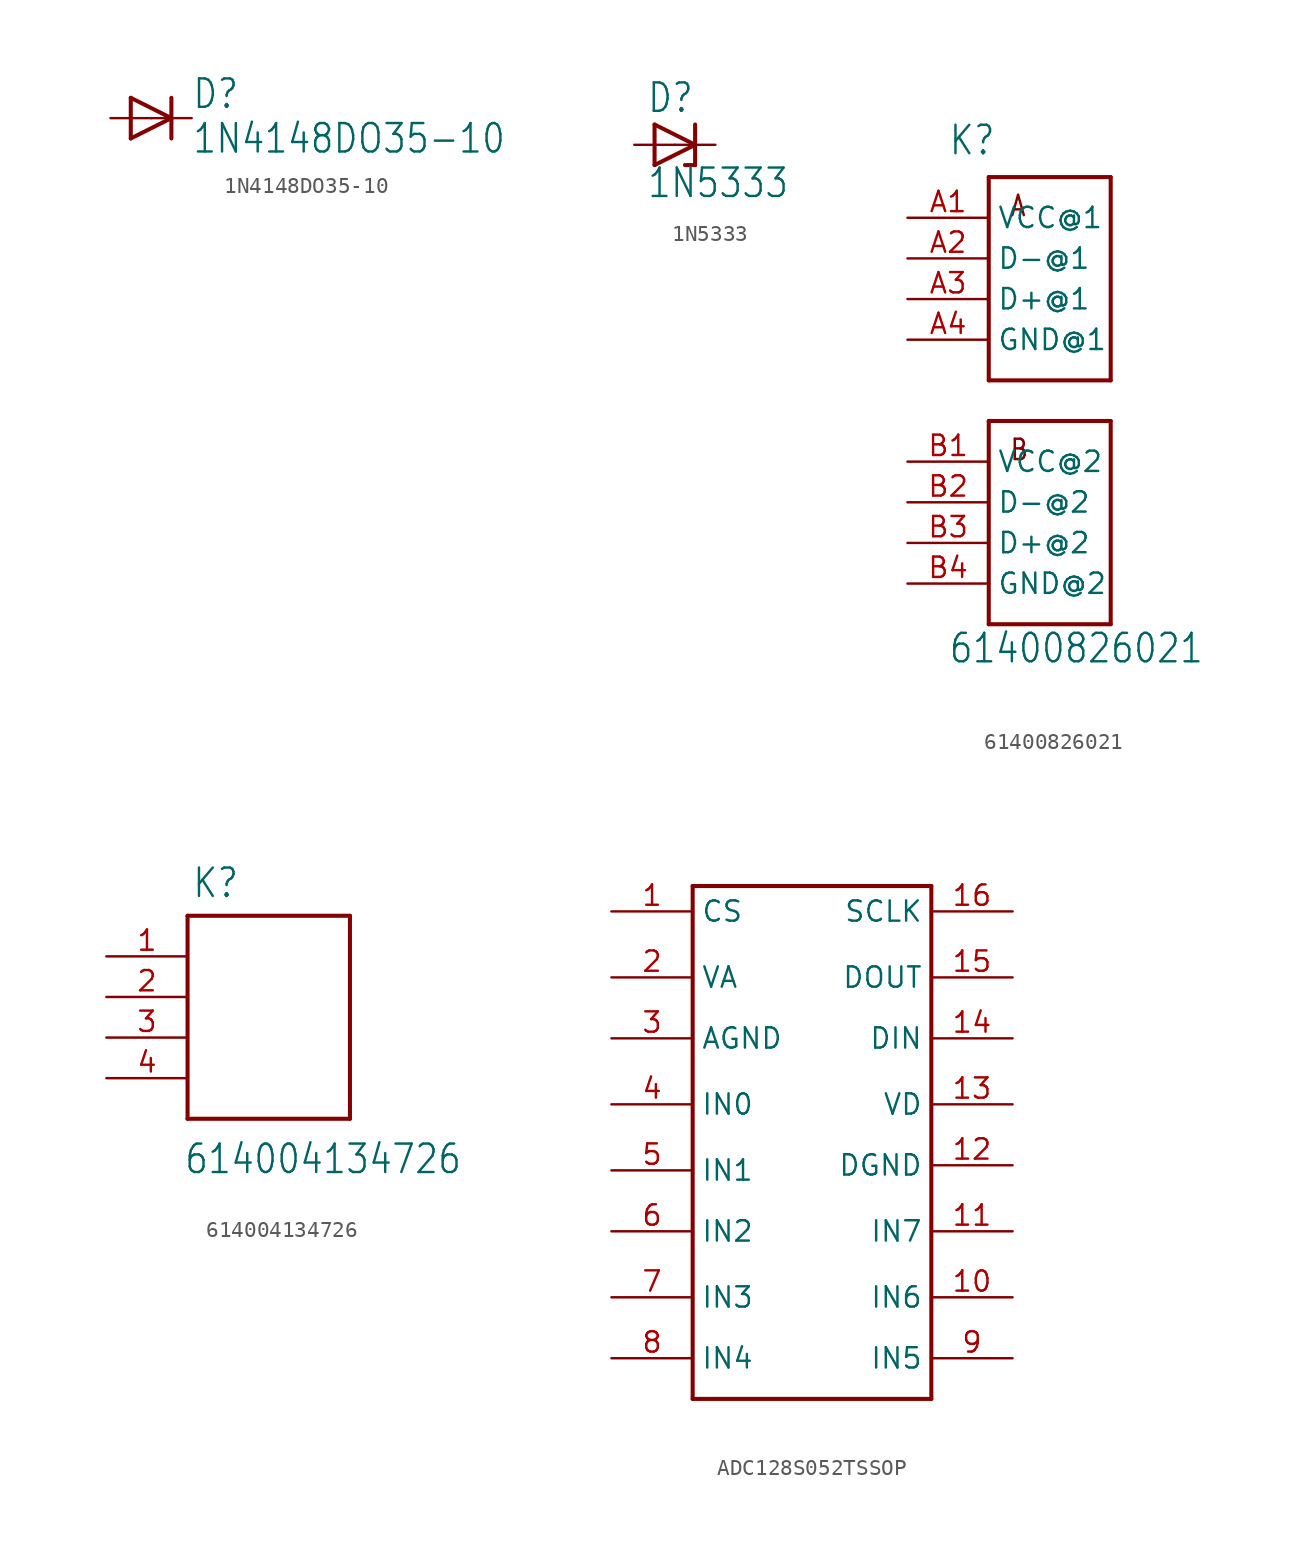
<source format=kicad_sym>
(kicad_symbol_lib
  (version 20220331)
  (generator kicad_symbol_editor)
  (symbol "1N4148DO35-10"
    (property "Reference" "D"
      (at 2.54 0.483 0)
      (effects (font (size 1.778 1.511)) (justify left bottom)))
    (property "Value" "1N4148DO35-10"
      (at 2.54 -2.311 0)
      (effects (font (size 1.778 1.511)) (justify left bottom)))
    (property "ki_locked" ""
      (at 0 0 0)
      (effects (font (size 1.27 1.27))))
    (symbol "1N4148DO35-10_1_0"
      (polyline (pts (xy -1.27 -1.27) (xy 1.27 0)) (stroke (width 0.254) (type solid)) (fill (type none)))
      (polyline (pts (xy -1.27 1.27) (xy -1.27 -1.27)) (stroke (width 0.254) (type solid)) (fill (type none)))
      (polyline (pts (xy 1.27 0) (xy -1.27 1.27)) (stroke (width 0.254) (type solid)) (fill (type none)))
      (polyline (pts (xy 1.27 0) (xy 1.27 -1.27)) (stroke (width 0.254) (type solid)) (fill (type none)))
      (polyline (pts (xy 1.27 1.27) (xy 1.27 0)) (stroke (width 0.254) (type solid)) (fill (type none)))
      (pin passive line (at -2.54 0 0) (length 2.54) (name "A" (effects (font (size 0 0)))) (number "A" (effects (font (size 0 0)))))
      (pin passive line (at 2.54 0 180) (length 2.54) (name "C" (effects (font (size 0 0)))) (number "C" (effects (font (size 0 0)))))))
  (symbol "1N5333"
    (property "Reference" "D"
      (at -1.778 1.905 0)
      (effects (font (size 1.778 1.511)) (justify left bottom)))
    (property "Value" "1N5333"
      (at -1.778 -3.429 0)
      (effects (font (size 1.778 1.511)) (justify left bottom)))
    (property "ki_locked" ""
      (at 0 0 0)
      (effects (font (size 1.27 1.27))))
    (symbol "1N5333_1_0"
      (polyline (pts (xy -1.27 -1.27) (xy 1.27 0)) (stroke (width 0.254) (type solid)) (fill (type none)))
      (polyline (pts (xy -1.27 1.27) (xy -1.27 -1.27)) (stroke (width 0.254) (type solid)) (fill (type none)))
      (polyline (pts (xy 1.27 -1.27) (xy 0.635 -1.27)) (stroke (width 0.254) (type solid)) (fill (type none)))
      (polyline (pts (xy 1.27 0) (xy -1.27 1.27)) (stroke (width 0.254) (type solid)) (fill (type none)))
      (polyline (pts (xy 1.27 0) (xy 1.27 -1.27)) (stroke (width 0.254) (type solid)) (fill (type none)))
      (polyline (pts (xy 1.27 1.27) (xy 1.27 0)) (stroke (width 0.254) (type solid)) (fill (type none)))
      (pin passive line (at -2.54 0 0) (length 2.54) (name "A" (effects (font (size 0 0)))) (number "A" (effects (font (size 0 0)))))
      (pin passive line (at 2.54 0 180) (length 2.54) (name "C" (effects (font (size 0 0)))) (number "C" (effects (font (size 0 0)))))))
  (symbol "61400826021"
    (property "Reference" "K"
      (at -7.62 16.51 0)
      (effects (font (size 1.778 1.511)) (justify left bottom)))
    (property "Value" "61400826021"
      (at -7.62 -15.24 0)
      (effects (font (size 1.778 1.511)) (justify left bottom)))
    (property "ki_locked" ""
      (at 0 0 0)
      (effects (font (size 1.27 1.27))))
    (symbol "61400826021_1_0"
      (polyline (pts (xy -5.08 -12.7) (xy -5.08 0)) (stroke (width 0.254) (type solid)) (fill (type none)))
      (polyline (pts (xy -5.08 0) (xy 2.54 0)) (stroke (width 0.254) (type solid)) (fill (type none)))
      (polyline (pts (xy -5.08 2.54) (xy -5.08 15.24)) (stroke (width 0.254) (type solid)) (fill (type none)))
      (polyline (pts (xy -5.08 15.24) (xy 2.54 15.24)) (stroke (width 0.254) (type solid)) (fill (type none)))
      (polyline (pts (xy 2.54 -12.7) (xy -5.08 -12.7)) (stroke (width 0.254) (type solid)) (fill (type none)))
      (polyline (pts (xy 2.54 0) (xy 2.54 -12.7)) (stroke (width 0.254) (type solid)) (fill (type none)))
      (polyline (pts (xy 2.54 2.54) (xy -5.08 2.54)) (stroke (width 0.254) (type solid)) (fill (type none)))
      (polyline (pts (xy 2.54 15.24) (xy 2.54 2.54)) (stroke (width 0.254) (type solid)) (fill (type none)))
      (text "A" (at -3.81 12.7 0) (effects (font (size 1.27 1.079)) (justify left bottom)))
      (text "B" (at -3.81 -2.54 0) (effects (font (size 1.27 1.079)) (justify left bottom)))
      (pin bidirectional line (at -10.16 12.7 0) (length 5.08) (name "VCC@1" (effects (font (size 1.27 1.27)))) (number "A1" (effects (font (size 1.27 1.27)))))
      (pin bidirectional line (at -10.16 10.16 0) (length 5.08) (name "D-@1" (effects (font (size 1.27 1.27)))) (number "A2" (effects (font (size 1.27 1.27)))))
      (pin bidirectional line (at -10.16 7.62 0) (length 5.08) (name "D+@1" (effects (font (size 1.27 1.27)))) (number "A3" (effects (font (size 1.27 1.27)))))
      (pin bidirectional line (at -10.16 5.08 0) (length 5.08) (name "GND@1" (effects (font (size 1.27 1.27)))) (number "A4" (effects (font (size 1.27 1.27)))))
      (pin bidirectional line (at -10.16 -2.54 0) (length 5.08) (name "VCC@2" (effects (font (size 1.27 1.27)))) (number "B1" (effects (font (size 1.27 1.27)))))
      (pin bidirectional line (at -10.16 -5.08 0) (length 5.08) (name "D-@2" (effects (font (size 1.27 1.27)))) (number "B2" (effects (font (size 1.27 1.27)))))
      (pin bidirectional line (at -10.16 -7.62 0) (length 5.08) (name "D+@2" (effects (font (size 1.27 1.27)))) (number "B3" (effects (font (size 1.27 1.27)))))
      (pin bidirectional line (at -10.16 -10.16 0) (length 5.08) (name "GND@2" (effects (font (size 1.27 1.27)))) (number "B4" (effects (font (size 1.27 1.27)))))))
  (symbol "614004134726"
    (property "Reference" "K"
      (at -4.826 6.096 0)
      (effects (font (size 1.778 1.511)) (justify left bottom)))
    (property "Value" "614004134726"
      (at -5.334 -11.176 0)
      (effects (font (size 1.778 1.511)) (justify left bottom)))
    (property "ki_locked" ""
      (at 0 0 0)
      (effects (font (size 1.27 1.27))))
    (symbol "614004134726_1_0"
      (polyline (pts (xy -5.08 -7.62) (xy -5.08 5.08)) (stroke (width 0.254) (type solid)) (fill (type none)))
      (polyline (pts (xy -5.08 5.08) (xy 5.08 5.08)) (stroke (width 0.254) (type solid)) (fill (type none)))
      (polyline (pts (xy 5.08 -7.62) (xy -5.08 -7.62)) (stroke (width 0.254) (type solid)) (fill (type none)))
      (polyline (pts (xy 5.08 5.08) (xy 5.08 -7.62)) (stroke (width 0.254) (type solid)) (fill (type none)))
      (pin passive line (at -10.16 2.54 0) (length 5.08) (name "1" (effects (font (size 0 0)))) (number "1" (effects (font (size 1.27 1.27)))))
      (pin passive line (at -10.16 0 0) (length 5.08) (name "2" (effects (font (size 0 0)))) (number "2" (effects (font (size 1.27 1.27)))))
      (pin passive line (at -10.16 -2.54 0) (length 5.08) (name "3" (effects (font (size 0 0)))) (number "3" (effects (font (size 1.27 1.27)))))
      (pin passive line (at -10.16 -5.08 0) (length 5.08) (name "4" (effects (font (size 0 0)))) (number "4" (effects (font (size 1.27 1.27)))))))
  (symbol "ADC128S052TSSOP"
    (property "Reference" ""
      (at 0 0 0)
      (effects (font (size 1.27 1.27)) hide))
    (property "ki_locked" ""
      (at 0 0 0)
      (effects (font (size 1.27 1.27))))
    (symbol "ADC128S052TSSOP_1_0"
      (polyline (pts (xy -6.985 -24.448) (xy 7.938 -24.448)) (stroke (width 0.254) (type solid)) (fill (type none)))
      (polyline (pts (xy -6.985 7.62) (xy -6.985 -24.448)) (stroke (width 0.254) (type solid)) (fill (type none)))
      (polyline (pts (xy 7.938 -24.448) (xy 7.938 7.62)) (stroke (width 0.254) (type solid)) (fill (type none)))
      (polyline (pts (xy 7.938 7.62) (xy -6.985 7.62)) (stroke (width 0.254) (type solid)) (fill (type none)))
      (pin bidirectional line (at -12.065 6.032 0) (length 5.08) (name "CS" (effects (font (size 1.27 1.27)))) (number "1" (effects (font (size 1.27 1.27)))))
      (pin bidirectional line (at 13.018 -18.098 180) (length 5.08) (name "IN6" (effects (font (size 1.27 1.27)))) (number "10" (effects (font (size 1.27 1.27)))))
      (pin bidirectional line (at 13.018 -13.97 180) (length 5.08) (name "IN7" (effects (font (size 1.27 1.27)))) (number "11" (effects (font (size 1.27 1.27)))))
      (pin bidirectional line (at 13.018 -9.842 180) (length 5.08) (name "DGND" (effects (font (size 1.27 1.27)))) (number "12" (effects (font (size 1.27 1.27)))))
      (pin bidirectional line (at 13.018 -6.032 180) (length 5.08) (name "VD" (effects (font (size 1.27 1.27)))) (number "13" (effects (font (size 1.27 1.27)))))
      (pin bidirectional line (at 13.018 -1.905 180) (length 5.08) (name "DIN" (effects (font (size 1.27 1.27)))) (number "14" (effects (font (size 1.27 1.27)))))
      (pin bidirectional line (at 13.018 1.905 180) (length 5.08) (name "DOUT" (effects (font (size 1.27 1.27)))) (number "15" (effects (font (size 1.27 1.27)))))
      (pin bidirectional line (at 13.018 6.032 180) (length 5.08) (name "SCLK" (effects (font (size 1.27 1.27)))) (number "16" (effects (font (size 1.27 1.27)))))
      (pin bidirectional line (at -12.065 1.905 0) (length 5.08) (name "VA" (effects (font (size 1.27 1.27)))) (number "2" (effects (font (size 1.27 1.27)))))
      (pin bidirectional line (at -12.065 -1.905 0) (length 5.08) (name "AGND" (effects (font (size 1.27 1.27)))) (number "3" (effects (font (size 1.27 1.27)))))
      (pin bidirectional line (at -12.065 -6.032 0) (length 5.08) (name "IN0" (effects (font (size 1.27 1.27)))) (number "4" (effects (font (size 1.27 1.27)))))
      (pin bidirectional line (at -12.065 -10.16 0) (length 5.08) (name "IN1" (effects (font (size 1.27 1.27)))) (number "5" (effects (font (size 1.27 1.27)))))
      (pin bidirectional line (at -12.065 -13.97 0) (length 5.08) (name "IN2" (effects (font (size 1.27 1.27)))) (number "6" (effects (font (size 1.27 1.27)))))
      (pin bidirectional line (at -12.065 -18.098 0) (length 5.08) (name "IN3" (effects (font (size 1.27 1.27)))) (number "7" (effects (font (size 1.27 1.27)))))
      (pin bidirectional line (at -12.065 -21.907 0) (length 5.08) (name "IN4" (effects (font (size 1.27 1.27)))) (number "8" (effects (font (size 1.27 1.27)))))
      (pin bidirectional line (at 13.018 -21.907 180) (length 5.08) (name "IN5" (effects (font (size 1.27 1.27)))) (number "9" (effects (font (size 1.27 1.27))))))))
</source>
